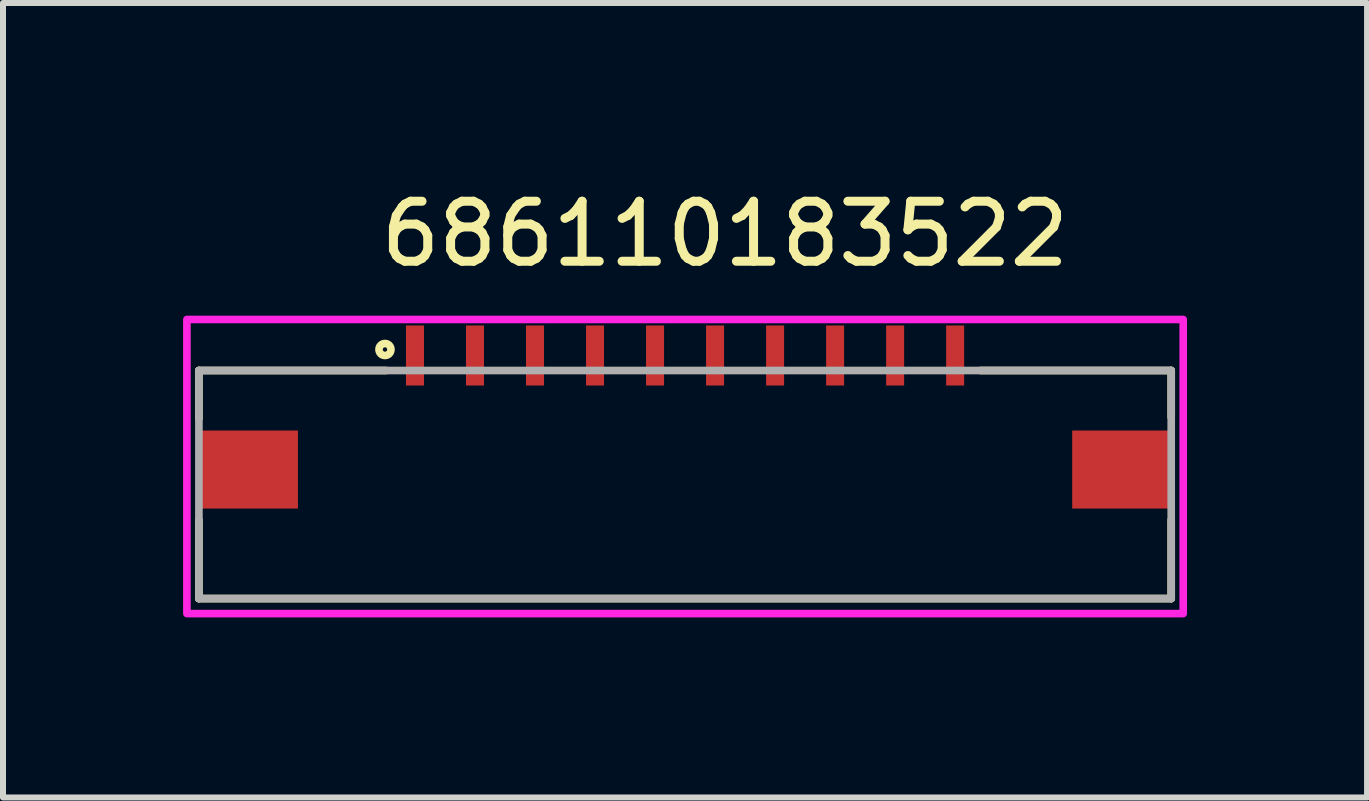
<source format=kicad_pcb>
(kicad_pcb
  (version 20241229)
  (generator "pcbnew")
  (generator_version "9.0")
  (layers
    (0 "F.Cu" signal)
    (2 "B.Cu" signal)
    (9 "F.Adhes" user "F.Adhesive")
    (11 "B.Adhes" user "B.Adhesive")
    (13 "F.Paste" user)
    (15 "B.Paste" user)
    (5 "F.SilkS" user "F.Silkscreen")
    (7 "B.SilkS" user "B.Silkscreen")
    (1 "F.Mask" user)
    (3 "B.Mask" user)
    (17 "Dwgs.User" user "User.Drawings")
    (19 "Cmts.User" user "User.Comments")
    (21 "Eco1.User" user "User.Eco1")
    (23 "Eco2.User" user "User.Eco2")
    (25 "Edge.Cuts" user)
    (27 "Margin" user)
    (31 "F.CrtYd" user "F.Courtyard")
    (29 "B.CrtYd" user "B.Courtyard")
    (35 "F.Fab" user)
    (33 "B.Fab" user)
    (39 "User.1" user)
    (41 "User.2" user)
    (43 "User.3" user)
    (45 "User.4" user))
  (footprint "686110183522"
    (layer "F.Cu")
    (at 8.364 4.773)
    (property "Reference" "686110183522" (at 0.665 -3.925 0) (layer "F.SilkS") (effects (font (size 1 1) (thickness 0.15))))
    (attr smd)
    (fp_line (start -8.1 -1.65) (end -8.1 -0.85) (stroke (width 0.127) (type solid)) (layer "F.SilkS"))
    (fp_line (start -8.1 0.84) (end -8.1 2.15) (stroke (width 0.127) (type solid)) (layer "F.SilkS"))
    (fp_line (start -8.1 2.15) (end 8.1 2.15) (stroke (width 0.127) (type solid)) (layer "F.SilkS"))
    (fp_line (start -4.98 -1.65) (end -8.1 -1.65) (stroke (width 0.127) (type solid)) (layer "F.SilkS"))
    (fp_line (start 4.92 -1.65) (end 8.1 -1.65) (stroke (width 0.127) (type solid)) (layer "F.SilkS"))
    (fp_line (start 8.1 -1.65) (end 8.1 -0.87) (stroke (width 0.127) (type solid)) (layer "F.SilkS"))
    (fp_line (start 8.1 2.15) (end 8.1 0.84) (stroke (width 0.127) (type solid)) (layer "F.SilkS"))
    (fp_circle (center -5 -2) (end -4.9 -2) (stroke (width 0.127) (type solid)) (fill no) (layer "F.SilkS"))
    (fp_poly (pts (xy -8.3 -2.5) (xy 8.3 -2.5) (xy 8.3 2.4) (xy -8.3 2.4)) (stroke (width 0.127) (type solid)) (fill no) (layer "F.CrtYd"))
    (fp_line (start -8.1 -1.65) (end 8.1 -1.65) (stroke (width 0.127) (type solid)) (layer "F.Fab"))
    (fp_line (start -8.1 2.15) (end -8.1 -1.65) (stroke (width 0.127) (type solid)) (layer "F.Fab"))
    (fp_line (start 8.1 -1.65) (end 8.1 2.15) (stroke (width 0.127) (type solid)) (layer "F.Fab"))
    (fp_line (start 8.1 2.15) (end -8.1 2.15) (stroke (width 0.127) (type solid)) (layer "F.Fab"))
    (pad "1" smd rect (at -4.5 -1.9 90) (size 1 0.3) (layers "F.Cu" "F.Mask" "F.Paste"))
    (pad "2" smd rect (at -3.5 -1.9 90) (size 1 0.3) (layers "F.Cu" "F.Mask" "F.Paste"))
    (pad "3" smd rect (at -2.5 -1.9 90) (size 1 0.3) (layers "F.Cu" "F.Mask" "F.Paste"))
    (pad "4" smd rect (at -1.5 -1.9 90) (size 1 0.3) (layers "F.Cu" "F.Mask" "F.Paste"))
    (pad "5" smd rect (at -0.5 -1.9 90) (size 1 0.3) (layers "F.Cu" "F.Mask" "F.Paste"))
    (pad "6" smd rect (at 0.5 -1.9 90) (size 1 0.3) (layers "F.Cu" "F.Mask" "F.Paste"))
    (pad "7" smd rect (at 1.5 -1.9 90) (size 1 0.3) (layers "F.Cu" "F.Mask" "F.Paste"))
    (pad "8" smd rect (at 2.5 -1.9 90) (size 1 0.3) (layers "F.Cu" "F.Mask" "F.Paste"))
    (pad "9" smd rect (at 3.5 -1.9 90) (size 1 0.3) (layers "F.Cu" "F.Mask" "F.Paste"))
    (pad "10" smd rect (at 4.5 -1.9 90) (size 1 0.3) (layers "F.Cu" "F.Mask" "F.Paste"))
    (pad "Z1" smd rect (at -7.275 0) (size 1.65 1.3) (layers "F.Cu" "F.Mask" "F.Paste"))
    (pad "Z2" smd rect (at 7.275 0) (size 1.65 1.3) (layers "F.Cu" "F.Mask" "F.Paste")))
  (gr_rect
    (start -3 -3)
    (end 19.727 10.237)
    (stroke (width 0.1) (type default))
    (fill no)
    (layer "Edge.Cuts")))
</source>
